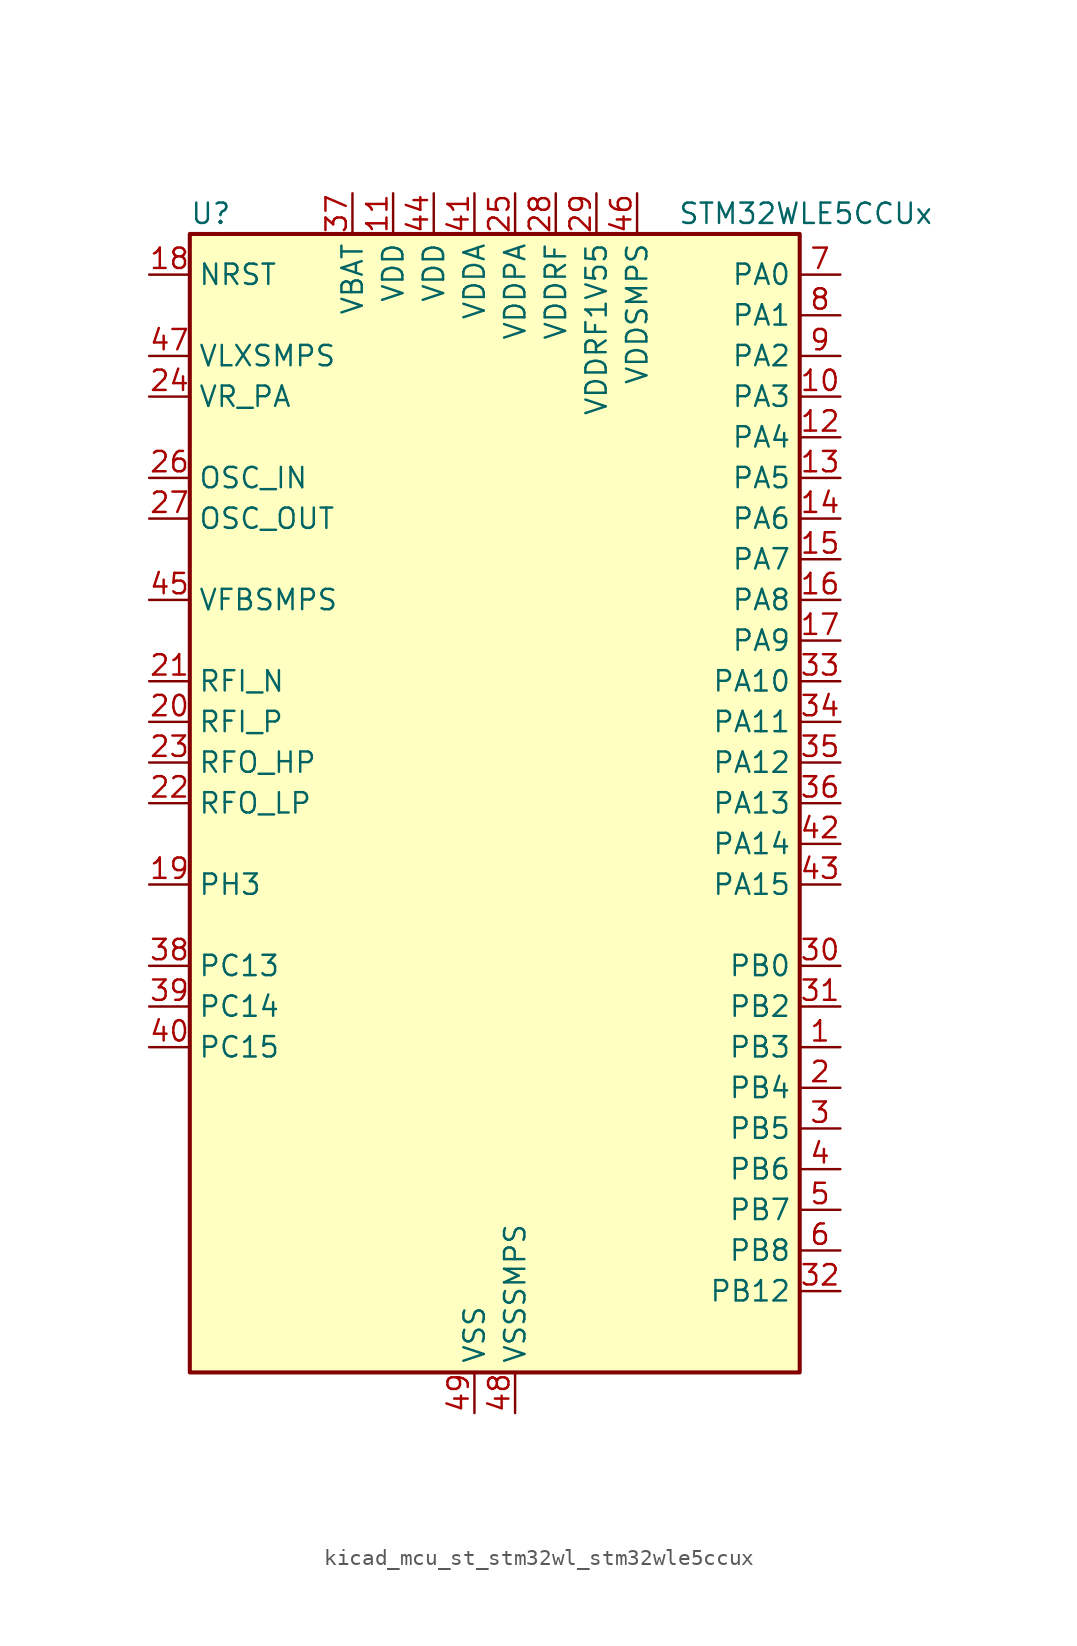
<source format=kicad_sym>
(kicad_symbol_lib
  (version 20220914)
  (generator kicad_symbol_editor)
  (symbol "kicad_mcu_st_stm32wl_stm32wle5ccux"
    (property "Reference" "U"
      (at -17.78 36.83 0)
      (effects (font (size 1.27 1.27)) (justify left)))
    (property "Value" "STM32WLE5CCUx"
      (at 12.7 36.83 0)
      (effects (font (size 1.27 1.27)) (justify left)))
    (property "ki_locked" ""
      (at 0 0 0)
      (effects (font (size 1.27 1.27))))
    (symbol "kicad_mcu_st_stm32wl_stm32wle5ccux_0_1"
      (rectangle (start -17.78 -35.56) (end 20.32 35.56) (stroke (width 0.254) (type default)) (fill (type background))))
    (symbol "kicad_mcu_st_stm32wl_stm32wle5ccux_1_1"
      (pin bidirectional line (at 22.86 -15.24 180) (length 2.54) (name "PB3" (effects (font (size 1.27 1.27)))) (number "1" (effects (font (size 1.27 1.27)))) (alternate "ADC_IN2" bidirectional line) (alternate "COMP1_INM" bidirectional line) (alternate "COMP2_INM" bidirectional line) (alternate "DEBUG_JTDO-SWO" bidirectional line) (alternate "DEBUG_RF-DTB1" bidirectional line) (alternate "PWR_WKUP3" bidirectional line) (alternate "RTC_TAMP_IN3" bidirectional line) (alternate "SPI1_SCK" bidirectional line) (alternate "TIM2_CH2" bidirectional line) (alternate "USART1_DE" bidirectional line) (alternate "USART1_RTS" bidirectional line))
      (pin bidirectional line (at 22.86 25.4 180) (length 2.54) (name "PA3" (effects (font (size 1.27 1.27)))) (number "10" (effects (font (size 1.27 1.27)))) (alternate "I2S2_MCK" bidirectional line) (alternate "LPUART1_RX" bidirectional line) (alternate "TIM2_CH4" bidirectional line) (alternate "USART2_RX" bidirectional line))
      (pin power_in line (at -5.08 38.1 270) (length 2.54) (name "VDD" (effects (font (size 1.27 1.27)))) (number "11" (effects (font (size 1.27 1.27)))))
      (pin bidirectional line (at 22.86 22.86 180) (length 2.54) (name "PA4" (effects (font (size 1.27 1.27)))) (number "12" (effects (font (size 1.27 1.27)))) (alternate "DEBUG_SUBGHZSPI-NSSOUT" bidirectional line) (alternate "LPTIM1_OUT" bidirectional line) (alternate "LPTIM2_OUT" bidirectional line) (alternate "RTC_OUT2" bidirectional line) (alternate "SPI1_NSS" bidirectional line) (alternate "USART2_CK" bidirectional line))
      (pin bidirectional line (at 22.86 20.32 180) (length 2.54) (name "PA5" (effects (font (size 1.27 1.27)))) (number "13" (effects (font (size 1.27 1.27)))) (alternate "DEBUG_SUBGHZSPI-SCKOUT" bidirectional line) (alternate "LPTIM2_ETR" bidirectional line) (alternate "SPI1_SCK" bidirectional line) (alternate "SPI2_MISO" bidirectional line) (alternate "TIM2_CH1" bidirectional line) (alternate "TIM2_ETR" bidirectional line))
      (pin bidirectional line (at 22.86 17.78 180) (length 2.54) (name "PA6" (effects (font (size 1.27 1.27)))) (number "14" (effects (font (size 1.27 1.27)))) (alternate "DEBUG_SUBGHZSPI-MISOOUT" bidirectional line) (alternate "I2C2_SMBA" bidirectional line) (alternate "LPUART1_CTS" bidirectional line) (alternate "SPI1_MISO" bidirectional line) (alternate "TIM16_CH1" bidirectional line) (alternate "TIM1_BKIN" bidirectional line))
      (pin bidirectional line (at 22.86 15.24 180) (length 2.54) (name "PA7" (effects (font (size 1.27 1.27)))) (number "15" (effects (font (size 1.27 1.27)))) (alternate "COMP2_OUT" bidirectional line) (alternate "DEBUG_SUBGHZSPI-MOSIOUT" bidirectional line) (alternate "I2C3_SCL" bidirectional line) (alternate "SPI1_MOSI" bidirectional line) (alternate "TIM17_CH1" bidirectional line) (alternate "TIM1_CH1N" bidirectional line))
      (pin bidirectional line (at 22.86 12.7 180) (length 2.54) (name "PA8" (effects (font (size 1.27 1.27)))) (number "16" (effects (font (size 1.27 1.27)))) (alternate "I2S2_CK" bidirectional line) (alternate "LPTIM2_OUT" bidirectional line) (alternate "RCC_MCO" bidirectional line) (alternate "SPI2_SCK" bidirectional line) (alternate "TIM1_CH1" bidirectional line) (alternate "USART1_CK" bidirectional line))
      (pin bidirectional line (at 22.86 10.16 180) (length 2.54) (name "PA9" (effects (font (size 1.27 1.27)))) (number "17" (effects (font (size 1.27 1.27)))) (alternate "DAC_EXTI9" bidirectional line) (alternate "I2C1_SCL" bidirectional line) (alternate "I2S2_CK" bidirectional line) (alternate "I2S2_WS" bidirectional line) (alternate "SPI2_NSS" bidirectional line) (alternate "SPI2_SCK" bidirectional line) (alternate "TIM1_CH2" bidirectional line) (alternate "USART1_TX" bidirectional line))
      (pin input line (at -20.32 33.02 0) (length 2.54) (name "NRST" (effects (font (size 1.27 1.27)))) (number "18" (effects (font (size 1.27 1.27)))))
      (pin bidirectional line (at -20.32 -5.08 0) (length 2.54) (name "PH3" (effects (font (size 1.27 1.27)))) (number "19" (effects (font (size 1.27 1.27)))))
      (pin bidirectional line (at 22.86 -17.78 180) (length 2.54) (name "PB4" (effects (font (size 1.27 1.27)))) (number "2" (effects (font (size 1.27 1.27)))) (alternate "ADC_IN3" bidirectional line) (alternate "COMP1_INP" bidirectional line) (alternate "COMP2_INP" bidirectional line) (alternate "DEBUG_JTRST" bidirectional line) (alternate "DEBUG_RF-LDORDY" bidirectional line) (alternate "I2C3_SDA" bidirectional line) (alternate "SPI1_MISO" bidirectional line) (alternate "TIM17_BKIN" bidirectional line) (alternate "USART1_CTS" bidirectional line) (alternate "USART1_NSS" bidirectional line))
      (pin bidirectional line (at -20.32 5.08 0) (length 2.54) (name "RFI_P" (effects (font (size 1.27 1.27)))) (number "20" (effects (font (size 1.27 1.27)))))
      (pin bidirectional line (at -20.32 7.62 0) (length 2.54) (name "RFI_N" (effects (font (size 1.27 1.27)))) (number "21" (effects (font (size 1.27 1.27)))))
      (pin bidirectional line (at -20.32 0 0) (length 2.54) (name "RFO_LP" (effects (font (size 1.27 1.27)))) (number "22" (effects (font (size 1.27 1.27)))))
      (pin bidirectional line (at -20.32 2.54 0) (length 2.54) (name "RFO_HP" (effects (font (size 1.27 1.27)))) (number "23" (effects (font (size 1.27 1.27)))))
      (pin power_in line (at -20.32 25.4 0) (length 2.54) (name "VR_PA" (effects (font (size 1.27 1.27)))) (number "24" (effects (font (size 1.27 1.27)))))
      (pin power_in line (at 2.54 38.1 270) (length 2.54) (name "VDDPA" (effects (font (size 1.27 1.27)))) (number "25" (effects (font (size 1.27 1.27)))))
      (pin input line (at -20.32 20.32 0) (length 2.54) (name "OSC_IN" (effects (font (size 1.27 1.27)))) (number "26" (effects (font (size 1.27 1.27)))) (alternate "RCC_OSC_IN" bidirectional line))
      (pin input line (at -20.32 17.78 0) (length 2.54) (name "OSC_OUT" (effects (font (size 1.27 1.27)))) (number "27" (effects (font (size 1.27 1.27)))) (alternate "RCC_OSC_OUT" bidirectional line))
      (pin power_in line (at 5.08 38.1 270) (length 2.54) (name "VDDRF" (effects (font (size 1.27 1.27)))) (number "28" (effects (font (size 1.27 1.27)))))
      (pin power_in line (at 7.62 38.1 270) (length 2.54) (name "VDDRF1V55" (effects (font (size 1.27 1.27)))) (number "29" (effects (font (size 1.27 1.27)))))
      (pin bidirectional line (at 22.86 -20.32 180) (length 2.54) (name "PB5" (effects (font (size 1.27 1.27)))) (number "3" (effects (font (size 1.27 1.27)))) (alternate "COMP2_OUT" bidirectional line) (alternate "I2C1_SMBA" bidirectional line) (alternate "LPTIM1_IN1" bidirectional line) (alternate "SPI1_MOSI" bidirectional line) (alternate "TIM16_BKIN" bidirectional line) (alternate "USART1_CK" bidirectional line))
      (pin bidirectional line (at 22.86 -10.16 180) (length 2.54) (name "PB0" (effects (font (size 1.27 1.27)))) (number "30" (effects (font (size 1.27 1.27)))) (alternate "COMP1_OUT" bidirectional line) (alternate "VDDTCXO" bidirectional line))
      (pin bidirectional line (at 22.86 -12.7 180) (length 2.54) (name "PB2" (effects (font (size 1.27 1.27)))) (number "31" (effects (font (size 1.27 1.27)))) (alternate "ADC_IN4" bidirectional line) (alternate "COMP1_INP" bidirectional line) (alternate "COMP2_INM" bidirectional line) (alternate "DEBUG_RF-SMPSRDY" bidirectional line) (alternate "I2C3_SMBA" bidirectional line) (alternate "LPTIM1_OUT" bidirectional line) (alternate "SPI1_NSS" bidirectional line))
      (pin bidirectional line (at 22.86 -30.48 180) (length 2.54) (name "PB12" (effects (font (size 1.27 1.27)))) (number "32" (effects (font (size 1.27 1.27)))) (alternate "I2C3_SMBA" bidirectional line) (alternate "I2S2_WS" bidirectional line) (alternate "LPUART1_RTS" bidirectional line) (alternate "SPI2_NSS" bidirectional line) (alternate "TIM1_BKIN" bidirectional line))
      (pin bidirectional line (at 22.86 7.62 180) (length 2.54) (name "PA10" (effects (font (size 1.27 1.27)))) (number "33" (effects (font (size 1.27 1.27)))) (alternate "ADC_IN6" bidirectional line) (alternate "COMP1_INM" bidirectional line) (alternate "COMP2_INM" bidirectional line) (alternate "DAC_OUT1" bidirectional line) (alternate "DEBUG_RF-HSE32RDY" bidirectional line) (alternate "I2C1_SDA" bidirectional line) (alternate "I2S2_SD" bidirectional line) (alternate "RTC_REFIN" bidirectional line) (alternate "SPI2_MOSI" bidirectional line) (alternate "TIM17_BKIN" bidirectional line) (alternate "TIM1_CH3" bidirectional line) (alternate "USART1_RX" bidirectional line))
      (pin bidirectional line (at 22.86 5.08 180) (length 2.54) (name "PA11" (effects (font (size 1.27 1.27)))) (number "34" (effects (font (size 1.27 1.27)))) (alternate "ADC_EXTI11" bidirectional line) (alternate "ADC_IN7" bidirectional line) (alternate "COMP1_INM" bidirectional line) (alternate "COMP2_INM" bidirectional line) (alternate "DEBUG_RF-NRESET" bidirectional line) (alternate "I2C2_SDA" bidirectional line) (alternate "LPTIM3_ETR" bidirectional line) (alternate "SPI1_MISO" bidirectional line) (alternate "TIM1_BKIN2" bidirectional line) (alternate "TIM1_CH4" bidirectional line) (alternate "USART1_CTS" bidirectional line) (alternate "USART1_NSS" bidirectional line))
      (pin bidirectional line (at 22.86 2.54 180) (length 2.54) (name "PA12" (effects (font (size 1.27 1.27)))) (number "35" (effects (font (size 1.27 1.27)))) (alternate "ADC_IN8" bidirectional line) (alternate "DEBUG_RF-BUSY" bidirectional line) (alternate "I2C2_SCL" bidirectional line) (alternate "LPTIM3_IN1" bidirectional line) (alternate "SPI1_MOSI" bidirectional line) (alternate "TIM1_ETR" bidirectional line) (alternate "USART1_DE" bidirectional line) (alternate "USART1_RTS" bidirectional line))
      (pin bidirectional line (at 22.86 0 180) (length 2.54) (name "PA13" (effects (font (size 1.27 1.27)))) (number "36" (effects (font (size 1.27 1.27)))) (alternate "ADC_IN9" bidirectional line) (alternate "DEBUG_JTMS-SWDIO" bidirectional line) (alternate "I2C2_SMBA" bidirectional line) (alternate "IR_OUT" bidirectional line))
      (pin power_in line (at -7.62 38.1 270) (length 2.54) (name "VBAT" (effects (font (size 1.27 1.27)))) (number "37" (effects (font (size 1.27 1.27)))))
      (pin bidirectional line (at -20.32 -10.16 0) (length 2.54) (name "PC13" (effects (font (size 1.27 1.27)))) (number "38" (effects (font (size 1.27 1.27)))) (alternate "PWR_WKUP2" bidirectional line) (alternate "RTC_OUT1" bidirectional line) (alternate "RTC_TAMP_IN1" bidirectional line) (alternate "RTC_TS" bidirectional line))
      (pin bidirectional line (at -20.32 -12.7 0) (length 2.54) (name "PC14" (effects (font (size 1.27 1.27)))) (number "39" (effects (font (size 1.27 1.27)))) (alternate "RCC_OSC32_IN" bidirectional line))
      (pin bidirectional line (at 22.86 -22.86 180) (length 2.54) (name "PB6" (effects (font (size 1.27 1.27)))) (number "4" (effects (font (size 1.27 1.27)))) (alternate "I2C1_SCL" bidirectional line) (alternate "LPTIM1_ETR" bidirectional line) (alternate "TIM16_CH1N" bidirectional line) (alternate "USART1_TX" bidirectional line))
      (pin bidirectional line (at -20.32 -15.24 0) (length 2.54) (name "PC15" (effects (font (size 1.27 1.27)))) (number "40" (effects (font (size 1.27 1.27)))) (alternate "RCC_OSC32_OUT" bidirectional line))
      (pin power_in line (at 0 38.1 270) (length 2.54) (name "VDDA" (effects (font (size 1.27 1.27)))) (number "41" (effects (font (size 1.27 1.27)))))
      (pin bidirectional line (at 22.86 -2.54 180) (length 2.54) (name "PA14" (effects (font (size 1.27 1.27)))) (number "42" (effects (font (size 1.27 1.27)))) (alternate "ADC_IN10" bidirectional line) (alternate "DEBUG_JTCK-SWCLK" bidirectional line) (alternate "I2C1_SMBA" bidirectional line) (alternate "LPTIM1_OUT" bidirectional line))
      (pin bidirectional line (at 22.86 -5.08 180) (length 2.54) (name "PA15" (effects (font (size 1.27 1.27)))) (number "43" (effects (font (size 1.27 1.27)))) (alternate "ADC_IN11" bidirectional line) (alternate "COMP1_INM" bidirectional line) (alternate "COMP2_INP" bidirectional line) (alternate "DEBUG_JTDI" bidirectional line) (alternate "I2C2_SDA" bidirectional line) (alternate "SPI1_NSS" bidirectional line) (alternate "TIM2_CH1" bidirectional line) (alternate "TIM2_ETR" bidirectional line))
      (pin power_in line (at -2.54 38.1 270) (length 2.54) (name "VDD" (effects (font (size 1.27 1.27)))) (number "44" (effects (font (size 1.27 1.27)))))
      (pin input line (at -20.32 12.7 0) (length 2.54) (name "VFBSMPS" (effects (font (size 1.27 1.27)))) (number "45" (effects (font (size 1.27 1.27)))))
      (pin power_in line (at 10.16 38.1 270) (length 2.54) (name "VDDSMPS" (effects (font (size 1.27 1.27)))) (number "46" (effects (font (size 1.27 1.27)))))
      (pin power_in line (at -20.32 27.94 0) (length 2.54) (name "VLXSMPS" (effects (font (size 1.27 1.27)))) (number "47" (effects (font (size 1.27 1.27)))))
      (pin power_in line (at 2.54 -38.1 90) (length 2.54) (name "VSSSMPS" (effects (font (size 1.27 1.27)))) (number "48" (effects (font (size 1.27 1.27)))))
      (pin power_in line (at 0 -38.1 90) (length 2.54) (name "VSS" (effects (font (size 1.27 1.27)))) (number "49" (effects (font (size 1.27 1.27)))))
      (pin bidirectional line (at 22.86 -25.4 180) (length 2.54) (name "PB7" (effects (font (size 1.27 1.27)))) (number "5" (effects (font (size 1.27 1.27)))) (alternate "I2C1_SDA" bidirectional line) (alternate "LPTIM1_IN2" bidirectional line) (alternate "PWR_PVD_IN" bidirectional line) (alternate "TIM17_CH1N" bidirectional line) (alternate "TIM1_BKIN" bidirectional line) (alternate "USART1_RX" bidirectional line))
      (pin bidirectional line (at 22.86 -27.94 180) (length 2.54) (name "PB8" (effects (font (size 1.27 1.27)))) (number "6" (effects (font (size 1.27 1.27)))) (alternate "I2C1_SCL" bidirectional line) (alternate "TIM16_CH1" bidirectional line) (alternate "TIM1_CH2N" bidirectional line))
      (pin bidirectional line (at 22.86 33.02 180) (length 2.54) (name "PA0" (effects (font (size 1.27 1.27)))) (number "7" (effects (font (size 1.27 1.27)))) (alternate "COMP1_OUT" bidirectional line) (alternate "DEBUG_PWR-REGLP1S" bidirectional line) (alternate "I2C3_SMBA" bidirectional line) (alternate "I2S_CKIN" bidirectional line) (alternate "PWR_WKUP1" bidirectional line) (alternate "RTC_TAMP_IN2" bidirectional line) (alternate "TIM2_CH1" bidirectional line) (alternate "TIM2_ETR" bidirectional line) (alternate "USART2_CTS" bidirectional line) (alternate "USART2_NSS" bidirectional line))
      (pin bidirectional line (at 22.86 30.48 180) (length 2.54) (name "PA1" (effects (font (size 1.27 1.27)))) (number "8" (effects (font (size 1.27 1.27)))) (alternate "DEBUG_PWR-REGLP2S" bidirectional line) (alternate "I2C1_SMBA" bidirectional line) (alternate "LPTIM3_OUT" bidirectional line) (alternate "LPUART1_RTS" bidirectional line) (alternate "SPI1_SCK" bidirectional line) (alternate "TIM2_CH2" bidirectional line) (alternate "USART2_DE" bidirectional line) (alternate "USART2_RTS" bidirectional line))
      (pin bidirectional line (at 22.86 27.94 180) (length 2.54) (name "PA2" (effects (font (size 1.27 1.27)))) (number "9" (effects (font (size 1.27 1.27)))) (alternate "COMP2_OUT" bidirectional line) (alternate "DEBUG_PWR-LDORDY" bidirectional line) (alternate "LPUART1_TX" bidirectional line) (alternate "RCC_LSCO" bidirectional line) (alternate "TIM2_CH3" bidirectional line) (alternate "USART2_TX" bidirectional line)))))
</source>
